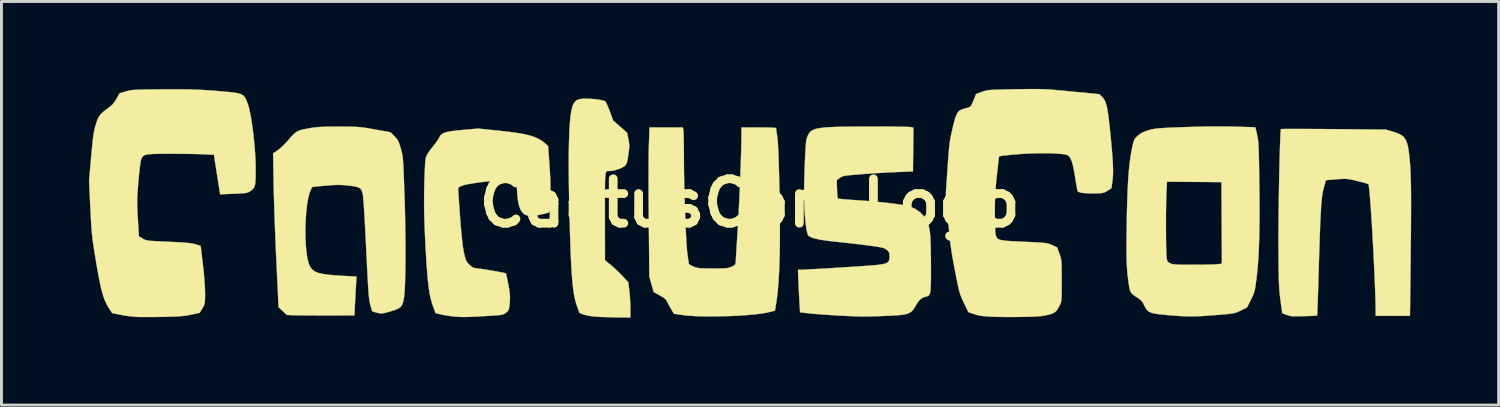
<source format=kicad_pcb>
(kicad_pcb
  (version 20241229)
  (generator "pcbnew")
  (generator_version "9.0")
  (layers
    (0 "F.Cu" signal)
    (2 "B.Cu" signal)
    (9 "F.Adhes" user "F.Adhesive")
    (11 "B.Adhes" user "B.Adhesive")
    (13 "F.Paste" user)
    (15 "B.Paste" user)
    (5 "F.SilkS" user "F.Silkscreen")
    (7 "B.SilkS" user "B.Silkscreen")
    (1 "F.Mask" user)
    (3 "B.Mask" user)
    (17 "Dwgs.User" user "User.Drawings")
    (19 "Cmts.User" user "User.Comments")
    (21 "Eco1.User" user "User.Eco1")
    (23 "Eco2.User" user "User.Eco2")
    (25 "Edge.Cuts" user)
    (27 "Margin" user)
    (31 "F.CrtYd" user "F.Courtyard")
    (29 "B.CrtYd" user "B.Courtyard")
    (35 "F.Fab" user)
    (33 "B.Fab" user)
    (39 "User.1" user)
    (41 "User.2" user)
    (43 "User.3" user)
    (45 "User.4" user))
  (footprint "CactusCon_Logo"
    (layer "F.Cu")
    (at 22.669 3.918)
    (property "Reference" "CactusCon_Logo" (at 0 0 0) (layer "F.SilkS") (effects (font (size 1.524 1.524) (thickness 0.3))))
    (attr through_hole)
    (fp_poly (pts (xy -5.467 -3.579) (xy -5.314 -3.567) (xy -5.17 -3.548) (xy -5.05 -3.525) (xy -4.97 -3.5) (xy -4.963 -3.497) (xy -4.936 -3.462) (xy -4.896 -3.385) (xy -4.849 -3.278) (xy -4.8 -3.152) (xy -4.682 -2.83) (xy -4.443 -2.623) (xy -4.348 -2.54) (xy -4.271 -2.472) (xy -4.221 -2.426) (xy -4.205 -2.411) (xy -4.2 -2.382) (xy -4.186 -2.313) (xy -4.166 -2.215) (xy -4.161 -2.191) (xy -4.142 -2.092) (xy -4.132 -2.009) (xy -4.132 -1.925) (xy -4.141 -1.823) (xy -4.16 -1.685) (xy -4.164 -1.659) (xy -4.185 -1.52) (xy -4.204 -1.424) (xy -4.223 -1.36) (xy -4.248 -1.316) (xy -4.283 -1.28) (xy -4.299 -1.265) (xy -4.381 -1.216) (xy -4.497 -1.168) (xy -4.628 -1.128) (xy -4.75 -1.105) (xy -4.808 -1.101) (xy -4.843 -1.102) (xy -4.872 -1.102) (xy -4.896 -1.096) (xy -4.916 -1.081) (xy -4.931 -1.052) (xy -4.943 -1.005) (xy -4.952 -0.934) (xy -4.959 -0.836) (xy -4.963 -0.707) (xy -4.965 -0.542) (xy -4.966 -0.336) (xy -4.966 -0.086) (xy -4.966 0.213) (xy -4.966 0.448) (xy -4.964 1.961) (xy -4.759 2.128) (xy -4.642 2.229) (xy -4.512 2.351) (xy -4.391 2.472) (xy -4.359 2.506) (xy -4.165 2.718) (xy -4.129 3.003) (xy -4.114 3.161) (xy -4.102 3.346) (xy -4.094 3.527) (xy -4.093 3.605) (xy -4.092 3.923) (xy -4.551 3.919) (xy -4.733 3.916) (xy -4.92 3.911) (xy -5.094 3.905) (xy -5.237 3.898) (xy -5.278 3.895) (xy -5.416 3.88) (xy -5.552 3.858) (xy -5.663 3.832) (xy -5.693 3.823) (xy -5.84 3.769) (xy -5.925 3.529) (xy -5.962 3.413) (xy -5.995 3.287) (xy -6.024 3.145) (xy -6.049 2.983) (xy -6.072 2.796) (xy -6.092 2.579) (xy -6.11 2.329) (xy -6.126 2.04) (xy -6.141 1.707) (xy -6.155 1.327) (xy -6.166 0.96) (xy -6.184 0.309) (xy -6.197 -0.286) (xy -6.205 -0.827) (xy -6.208 -1.314) (xy -6.206 -1.749) (xy -6.198 -2.131) (xy -6.186 -2.463) (xy -6.169 -2.745) (xy -6.146 -2.978) (xy -6.119 -3.163) (xy -6.086 -3.301) (xy -6.064 -3.361) (xy -6.009 -3.459) (xy -5.942 -3.525) (xy -5.851 -3.564) (xy -5.724 -3.581) (xy -5.614 -3.584) (xy -5.467 -3.579)) (stroke (width 0.01) (type solid)) (fill yes) (layer "F.SilkS"))
    (fp_poly (pts (xy -2.275 -2.508) (xy -2.271 -2.458) (xy -2.267 -2.36) (xy -2.263 -2.22) (xy -2.26 -2.048) (xy -2.258 -1.851) (xy -2.257 -1.637) (xy -2.257 -1.57) (xy -2.255 -1.289) (xy -2.252 -0.987) (xy -2.246 -0.672) (xy -2.238 -0.35) (xy -2.229 -0.027) (xy -2.219 0.29) (xy -2.207 0.594) (xy -2.195 0.88) (xy -2.182 1.14) (xy -2.169 1.368) (xy -2.155 1.558) (xy -2.142 1.702) (xy -2.132 1.778) (xy -2.114 1.897) (xy -2.099 1.997) (xy -2.09 2.063) (xy -2.089 2.079) (xy -2.064 2.106) (xy -2.001 2.144) (xy -1.926 2.177) (xy -1.863 2.201) (xy -1.802 2.218) (xy -1.732 2.23) (xy -1.644 2.237) (xy -1.525 2.241) (xy -1.367 2.242) (xy -1.256 2.242) (xy -1.071 2.242) (xy -0.933 2.239) (xy -0.831 2.234) (xy -0.755 2.226) (xy -0.697 2.213) (xy -0.644 2.194) (xy -0.614 2.18) (xy -0.531 2.136) (xy -0.49 2.095) (xy -0.48 2.05) (xy -0.478 2.008) (xy -0.473 1.915) (xy -0.465 1.78) (xy -0.455 1.607) (xy -0.443 1.405) (xy -0.428 1.179) (xy -0.413 0.936) (xy -0.41 0.885) (xy -0.392 0.593) (xy -0.375 0.272) (xy -0.358 -0.07) (xy -0.342 -0.422) (xy -0.327 -0.777) (xy -0.314 -1.124) (xy -0.302 -1.456) (xy -0.293 -1.764) (xy -0.287 -2.038) (xy -0.283 -2.269) (xy -0.282 -2.378) (xy -0.282 -2.596) (xy 0.31 -2.596) (xy 0.486 -2.595) (xy 0.642 -2.593) (xy 0.768 -2.589) (xy 0.857 -2.583) (xy 0.901 -2.577) (xy 0.904 -2.575) (xy 0.908 -2.54) (xy 0.919 -2.462) (xy 0.935 -2.355) (xy 0.946 -2.286) (xy 0.957 -2.192) (xy 0.968 -2.058) (xy 0.978 -1.88) (xy 0.988 -1.657) (xy 0.997 -1.386) (xy 1.006 -1.064) (xy 1.015 -0.69) (xy 1.021 -0.452) (xy 1.032 0.193) (xy 1.036 0.788) (xy 1.035 1.333) (xy 1.027 1.827) (xy 1.013 2.269) (xy 0.992 2.658) (xy 0.966 2.993) (xy 0.933 3.273) (xy 0.93 3.298) (xy 0.909 3.437) (xy 0.89 3.556) (xy 0.875 3.642) (xy 0.866 3.685) (xy 0.865 3.689) (xy 0.835 3.698) (xy 0.763 3.717) (xy 0.661 3.741) (xy 0.604 3.754) (xy 0.424 3.787) (xy 0.197 3.815) (xy -0.066 3.839) (xy -0.355 3.859) (xy -0.661 3.874) (xy -0.973 3.883) (xy -1.282 3.887) (xy -1.576 3.886) (xy -1.848 3.878) (xy -2.085 3.863) (xy -2.279 3.842) (xy -2.597 3.796) (xy -2.696 3.631) (xy -2.754 3.531) (xy -2.805 3.435) (xy -2.834 3.374) (xy -2.87 3.316) (xy -2.934 3.258) (xy -3.035 3.193) (xy -3.083 3.167) (xy -3.293 3.051) (xy -3.368 2.787) (xy -3.443 2.524) (xy -3.461 0.577) (xy -3.464 0.231) (xy -3.466 -0.115) (xy -3.468 -0.453) (xy -3.468 -0.777) (xy -3.468 -1.08) (xy -3.467 -1.355) (xy -3.465 -1.595) (xy -3.463 -1.795) (xy -3.459 -1.947) (xy -3.458 -1.983) (xy -3.437 -2.596) (xy -2.293 -2.596) (xy -2.275 -2.508)) (stroke (width 0.01) (type solid)) (fill yes) (layer "F.SilkS"))
    (fp_poly (pts (xy 18.849 -2.545) (xy 19.09 -2.544) (xy 19.358 -2.543) (xy 19.649 -2.541) (xy 19.959 -2.538) (xy 20.038 -2.538) (xy 21.83 -2.521) (xy 22.082 -2.447) (xy 22.223 -2.399) (xy 22.337 -2.346) (xy 22.425 -2.279) (xy 22.494 -2.193) (xy 22.546 -2.079) (xy 22.585 -1.931) (xy 22.615 -1.743) (xy 22.641 -1.506) (xy 22.647 -1.448) (xy 22.657 -1.325) (xy 22.666 -1.191) (xy 22.673 -1.043) (xy 22.679 -0.879) (xy 22.684 -0.693) (xy 22.687 -0.483) (xy 22.689 -0.244) (xy 22.69 0.027) (xy 22.689 0.334) (xy 22.687 0.68) (xy 22.685 1.07) (xy 22.68 1.506) (xy 22.675 1.994) (xy 22.672 2.279) (xy 22.653 3.866) (xy 21.477 3.866) (xy 21.477 3.783) (xy 21.476 3.609) (xy 21.471 3.398) (xy 21.464 3.157) (xy 21.454 2.891) (xy 21.443 2.604) (xy 21.429 2.303) (xy 21.415 1.991) (xy 21.399 1.674) (xy 21.382 1.358) (xy 21.364 1.047) (xy 21.346 0.747) (xy 21.328 0.463) (xy 21.311 0.199) (xy 21.294 -0.038) (xy 21.277 -0.244) (xy 21.262 -0.414) (xy 21.248 -0.542) (xy 21.236 -0.623) (xy 21.227 -0.652) (xy 21.194 -0.665) (xy 21.118 -0.688) (xy 21.008 -0.718) (xy 20.876 -0.752) (xy 20.856 -0.756) (xy 20.708 -0.792) (xy 20.596 -0.816) (xy 20.501 -0.828) (xy 20.406 -0.832) (xy 20.29 -0.828) (xy 20.14 -0.818) (xy 20.003 -0.807) (xy 19.889 -0.798) (xy 19.809 -0.79) (xy 19.772 -0.785) (xy 19.77 -0.784) (xy 19.761 -0.755) (xy 19.74 -0.684) (xy 19.712 -0.582) (xy 19.691 -0.508) (xy 19.674 -0.438) (xy 19.658 -0.361) (xy 19.644 -0.273) (xy 19.63 -0.17) (xy 19.618 -0.049) (xy 19.606 0.096) (xy 19.596 0.266) (xy 19.585 0.466) (xy 19.574 0.7) (xy 19.564 0.972) (xy 19.553 1.286) (xy 19.541 1.644) (xy 19.529 2.052) (xy 19.516 2.479) (xy 19.508 2.751) (xy 19.5 3.006) (xy 19.493 3.237) (xy 19.486 3.439) (xy 19.479 3.608) (xy 19.474 3.737) (xy 19.47 3.82) (xy 19.467 3.854) (xy 19.467 3.854) (xy 19.435 3.86) (xy 19.359 3.865) (xy 19.25 3.871) (xy 19.12 3.875) (xy 18.981 3.879) (xy 18.845 3.881) (xy 18.724 3.882) (xy 18.63 3.881) (xy 18.575 3.878) (xy 18.57 3.877) (xy 18.498 3.858) (xy 18.407 3.829) (xy 18.385 3.821) (xy 18.271 3.778) (xy 18.209 3.321) (xy 18.195 3.211) (xy 18.183 3.105) (xy 18.173 2.999) (xy 18.165 2.885) (xy 18.159 2.757) (xy 18.153 2.61) (xy 18.15 2.435) (xy 18.147 2.228) (xy 18.144 1.981) (xy 18.143 1.688) (xy 18.141 1.468) (xy 18.141 1.21) (xy 18.142 0.93) (xy 18.144 0.632) (xy 18.147 0.322) (xy 18.151 0.005) (xy 18.156 -0.315) (xy 18.161 -0.632) (xy 18.167 -0.941) (xy 18.174 -1.237) (xy 18.181 -1.516) (xy 18.188 -1.771) (xy 18.195 -1.998) (xy 18.203 -2.193) (xy 18.21 -2.349) (xy 18.217 -2.462) (xy 18.224 -2.526) (xy 18.228 -2.54) (xy 18.259 -2.542) (xy 18.341 -2.544) (xy 18.47 -2.545) (xy 18.641 -2.545) (xy 18.849 -2.545)) (stroke (width 0.01) (type solid)) (fill yes) (layer "F.SilkS"))
    (fp_poly (pts (xy -8.558 -2.479) (xy -8.236 -2.443) (xy -7.963 -2.405) (xy -7.735 -2.365) (xy -7.544 -2.32) (xy -7.384 -2.268) (xy -7.249 -2.208) (xy -7.132 -2.138) (xy -7.027 -2.056) (xy -7.021 -2.05) (xy -6.916 -1.957) (xy -6.868 -1.295) (xy -6.851 -1.03) (xy -6.84 -0.805) (xy -6.835 -0.606) (xy -6.837 -0.416) (xy -6.843 -0.221) (xy -6.847 -0.156) (xy -6.872 0.321) (xy -7.062 0.369) (xy -7.28 0.417) (xy -7.454 0.44) (xy -7.591 0.435) (xy -7.699 0.401) (xy -7.783 0.338) (xy -7.85 0.244) (xy -7.864 0.217) (xy -7.912 0.087) (xy -7.949 -0.09) (xy -7.974 -0.303) (xy -7.986 -0.543) (xy -7.986 -0.6) (xy -7.987 -0.79) (xy -8.319 -0.79) (xy -8.48 -0.786) (xy -8.669 -0.774) (xy -8.875 -0.756) (xy -9.088 -0.734) (xy -9.295 -0.708) (xy -9.488 -0.68) (xy -9.656 -0.651) (xy -9.786 -0.623) (xy -9.864 -0.599) (xy -9.945 -0.564) (xy -9.986 -0.534) (xy -9.999 -0.493) (xy -9.998 -0.433) (xy -9.97 -0.002) (xy -9.944 0.377) (xy -9.919 0.706) (xy -9.895 0.988) (xy -9.871 1.227) (xy -9.848 1.427) (xy -9.824 1.59) (xy -9.8 1.72) (xy -9.787 1.772) (xy -9.754 1.896) (xy -9.72 1.982) (xy -9.678 2.048) (xy -9.619 2.112) (xy -9.614 2.117) (xy -9.542 2.179) (xy -9.478 2.215) (xy -9.398 2.234) (xy -9.314 2.244) (xy -9.236 2.254) (xy -9.125 2.27) (xy -8.992 2.291) (xy -8.849 2.315) (xy -8.706 2.34) (xy -8.574 2.364) (xy -8.465 2.385) (xy -8.391 2.402) (xy -8.361 2.411) (xy -8.353 2.44) (xy -8.337 2.513) (xy -8.314 2.622) (xy -8.288 2.754) (xy -8.282 2.783) (xy -8.249 2.967) (xy -8.23 3.114) (xy -8.223 3.239) (xy -8.227 3.358) (xy -8.227 3.358) (xy -8.239 3.498) (xy -8.252 3.594) (xy -8.27 3.658) (xy -8.298 3.704) (xy -8.34 3.744) (xy -8.366 3.765) (xy -8.406 3.793) (xy -8.448 3.814) (xy -8.5 3.829) (xy -8.574 3.841) (xy -8.679 3.851) (xy -8.825 3.86) (xy -8.924 3.866) (xy -9.176 3.881) (xy -9.379 3.892) (xy -9.541 3.9) (xy -9.672 3.905) (xy -9.777 3.907) (xy -9.867 3.907) (xy -9.948 3.904) (xy -10.028 3.899) (xy -10.117 3.892) (xy -10.118 3.892) (xy -10.265 3.876) (xy -10.417 3.853) (xy -10.548 3.829) (xy -10.589 3.82) (xy -10.777 3.772) (xy -10.861 3.544) (xy -10.903 3.421) (xy -10.94 3.288) (xy -10.972 3.14) (xy -11 2.971) (xy -11.026 2.775) (xy -11.049 2.548) (xy -11.071 2.282) (xy -11.092 1.974) (xy -11.113 1.618) (xy -11.122 1.453) (xy -11.139 1.107) (xy -11.152 0.805) (xy -11.161 0.536) (xy -11.167 0.289) (xy -11.17 0.051) (xy -11.169 -0.189) (xy -11.166 -0.443) (xy -11.164 -0.564) (xy -11.158 -0.79) (xy -11.151 -1.002) (xy -11.142 -1.191) (xy -11.134 -1.349) (xy -11.124 -1.468) (xy -11.116 -1.541) (xy -11.114 -1.55) (xy -11.072 -1.651) (xy -10.992 -1.778) (xy -10.885 -1.918) (xy -10.799 -2.026) (xy -10.725 -2.128) (xy -10.671 -2.21) (xy -10.649 -2.25) (xy -10.615 -2.314) (xy -10.565 -2.365) (xy -10.493 -2.405) (xy -10.392 -2.438) (xy -10.256 -2.465) (xy -10.076 -2.488) (xy -9.848 -2.51) (xy -9.842 -2.511) (xy -9.312 -2.557) (xy -8.558 -2.479)) (stroke (width 0.01) (type solid)) (fill yes) (layer "F.SilkS"))
    (fp_poly (pts (xy 16.595 -2.624) (xy 16.794 -2.618) (xy 16.973 -2.613) (xy 17.126 -2.609) (xy 17.244 -2.605) (xy 17.32 -2.602) (xy 17.347 -2.6) (xy 17.355 -2.573) (xy 17.372 -2.503) (xy 17.395 -2.402) (xy 17.409 -2.335) (xy 17.422 -2.272) (xy 17.434 -2.207) (xy 17.443 -2.135) (xy 17.451 -2.051) (xy 17.457 -1.948) (xy 17.463 -1.822) (xy 17.468 -1.667) (xy 17.472 -1.478) (xy 17.476 -1.249) (xy 17.48 -0.974) (xy 17.484 -0.65) (xy 17.485 -0.621) (xy 17.49 -0.09) (xy 17.491 0.39) (xy 17.487 0.822) (xy 17.48 1.212) (xy 17.468 1.565) (xy 17.451 1.885) (xy 17.43 2.177) (xy 17.404 2.446) (xy 17.384 2.611) (xy 17.361 2.783) (xy 17.341 2.912) (xy 17.321 3.012) (xy 17.296 3.095) (xy 17.264 3.175) (xy 17.221 3.266) (xy 17.194 3.32) (xy 17.062 3.578) (xy 16.849 3.684) (xy 16.78 3.717) (xy 16.721 3.743) (xy 16.662 3.764) (xy 16.594 3.78) (xy 16.509 3.794) (xy 16.397 3.806) (xy 16.25 3.82) (xy 16.058 3.835) (xy 15.988 3.841) (xy 15.721 3.861) (xy 15.497 3.876) (xy 15.302 3.884) (xy 15.122 3.887) (xy 14.944 3.883) (xy 14.753 3.874) (xy 14.537 3.858) (xy 14.337 3.841) (xy 14.124 3.821) (xy 13.958 3.801) (xy 13.833 3.777) (xy 13.74 3.747) (xy 13.671 3.705) (xy 13.618 3.65) (xy 13.572 3.578) (xy 13.535 3.505) (xy 13.484 3.409) (xy 13.428 3.339) (xy 13.351 3.277) (xy 13.277 3.229) (xy 13.159 3.148) (xy 13.086 3.074) (xy 13.055 3.02) (xy 13.038 2.959) (xy 13.018 2.853) (xy 12.997 2.715) (xy 12.976 2.557) (xy 12.965 2.455) (xy 12.953 2.33) (xy 12.944 2.208) (xy 12.936 2.081) (xy 12.931 1.942) (xy 12.928 1.784) (xy 12.927 1.601) (xy 12.928 1.384) (xy 12.93 1.126) (xy 12.934 0.821) (xy 12.935 0.776) (xy 14.281 0.776) (xy 14.282 1.013) (xy 14.283 1.237) (xy 14.286 1.439) (xy 14.29 1.61) (xy 14.294 1.741) (xy 14.299 1.815) (xy 14.31 1.917) (xy 14.325 1.98) (xy 14.352 2.019) (xy 14.398 2.049) (xy 14.419 2.06) (xy 14.456 2.078) (xy 14.5 2.091) (xy 14.557 2.101) (xy 14.637 2.107) (xy 14.746 2.112) (xy 14.893 2.114) (xy 15.084 2.115) (xy 15.186 2.115) (xy 15.386 2.115) (xy 15.578 2.113) (xy 15.75 2.11) (xy 15.893 2.106) (xy 15.995 2.101) (xy 16.026 2.099) (xy 16.2 2.08) (xy 16.193 0.68) (xy 16.185 -0.72) (xy 14.317 -0.735) (xy 14.299 -0.417) (xy 14.294 -0.29) (xy 14.289 -0.122) (xy 14.286 0.077) (xy 14.283 0.3) (xy 14.282 0.536) (xy 14.281 0.776) (xy 12.935 0.776) (xy 12.935 0.748) (xy 12.943 0.288) (xy 12.954 -0.119) (xy 12.968 -0.481) (xy 12.985 -0.801) (xy 13.006 -1.085) (xy 13.031 -1.337) (xy 13.061 -1.563) (xy 13.095 -1.767) (xy 13.111 -1.849) (xy 13.14 -1.991) (xy 13.165 -2.091) (xy 13.189 -2.16) (xy 13.218 -2.211) (xy 13.257 -2.257) (xy 13.308 -2.306) (xy 13.396 -2.377) (xy 13.495 -2.432) (xy 13.622 -2.481) (xy 13.673 -2.497) (xy 13.74 -2.516) (xy 13.805 -2.532) (xy 13.875 -2.546) (xy 13.958 -2.557) (xy 14.059 -2.567) (xy 14.186 -2.575) (xy 14.346 -2.584) (xy 14.547 -2.593) (xy 14.795 -2.603) (xy 14.878 -2.606) (xy 15.363 -2.621) (xy 15.831 -2.629) (xy 16.269 -2.629) (xy 16.595 -2.624)) (stroke (width 0.01) (type solid)) (fill yes) (layer "F.SilkS"))
    (fp_poly (pts (xy -13.869 -2.624) (xy -13.692 -2.622) (xy -13.548 -2.618) (xy -13.424 -2.611) (xy -13.308 -2.6) (xy -13.188 -2.584) (xy -13.052 -2.561) (xy -12.888 -2.532) (xy -12.856 -2.526) (xy -12.321 -2.429) (xy -12.187 -2.294) (xy -12.123 -2.225) (xy -12.076 -2.161) (xy -12.038 -2.085) (xy -12.002 -1.981) (xy -11.971 -1.877) (xy -11.952 -1.811) (xy -11.936 -1.75) (xy -11.923 -1.689) (xy -11.911 -1.622) (xy -11.901 -1.544) (xy -11.893 -1.449) (xy -11.885 -1.33) (xy -11.877 -1.182) (xy -11.869 -1) (xy -11.861 -0.778) (xy -11.851 -0.51) (xy -11.842 -0.254) (xy -11.83 0.115) (xy -11.821 0.488) (xy -11.815 0.862) (xy -11.81 1.23) (xy -11.809 1.585) (xy -11.809 1.924) (xy -11.812 2.238) (xy -11.818 2.524) (xy -11.825 2.775) (xy -11.835 2.985) (xy -11.848 3.149) (xy -11.858 3.238) (xy -11.885 3.381) (xy -11.921 3.485) (xy -11.975 3.562) (xy -12.058 3.62) (xy -12.179 3.67) (xy -12.322 3.714) (xy -12.457 3.752) (xy -12.552 3.775) (xy -12.621 3.785) (xy -12.68 3.783) (xy -12.742 3.771) (xy -12.784 3.761) (xy -12.87 3.737) (xy -12.931 3.719) (xy -12.949 3.711) (xy -12.96 3.682) (xy -12.981 3.611) (xy -13.008 3.515) (xy -13.013 3.495) (xy -13.025 3.45) (xy -13.035 3.404) (xy -13.044 3.353) (xy -13.053 3.293) (xy -13.061 3.219) (xy -13.07 3.128) (xy -13.079 3.015) (xy -13.088 2.877) (xy -13.098 2.709) (xy -13.109 2.506) (xy -13.122 2.265) (xy -13.136 1.982) (xy -13.152 1.653) (xy -13.171 1.272) (xy -13.179 1.115) (xy -13.192 0.854) (xy -13.205 0.603) (xy -13.219 0.371) (xy -13.232 0.163) (xy -13.244 -0.012) (xy -13.255 -0.147) (xy -13.264 -0.237) (xy -13.266 -0.258) (xy -13.288 -0.369) (xy -13.318 -0.45) (xy -13.364 -0.507) (xy -13.436 -0.545) (xy -13.544 -0.572) (xy -13.695 -0.594) (xy -13.756 -0.601) (xy -13.905 -0.616) (xy -14.036 -0.624) (xy -14.167 -0.625) (xy -14.316 -0.618) (xy -14.499 -0.604) (xy -14.531 -0.601) (xy -14.685 -0.587) (xy -14.819 -0.574) (xy -14.924 -0.563) (xy -14.989 -0.554) (xy -15.004 -0.552) (xy -15.027 -0.521) (xy -15.06 -0.45) (xy -15.097 -0.352) (xy -15.108 -0.32) (xy -15.152 -0.144) (xy -15.188 0.076) (xy -15.215 0.328) (xy -15.233 0.602) (xy -15.242 0.885) (xy -15.241 1.167) (xy -15.229 1.435) (xy -15.207 1.678) (xy -15.181 1.849) (xy -15.15 1.993) (xy -15.113 2.113) (xy -15.064 2.21) (xy -14.999 2.288) (xy -14.91 2.349) (xy -14.794 2.396) (xy -14.645 2.431) (xy -14.456 2.457) (xy -14.223 2.478) (xy -13.94 2.495) (xy -13.877 2.499) (xy -13.488 2.519) (xy -13.506 2.819) (xy -13.515 2.973) (xy -13.525 3.158) (xy -13.535 3.348) (xy -13.542 3.485) (xy -13.561 3.852) (xy -14.492 3.854) (xy -14.728 3.854) (xy -14.956 3.853) (xy -15.168 3.852) (xy -15.355 3.851) (xy -15.507 3.849) (xy -15.617 3.847) (xy -15.652 3.846) (xy -15.88 3.836) (xy -16.021 3.703) (xy -16.162 3.57) (xy -16.237 1.99) (xy -16.253 1.652) (xy -16.268 1.295) (xy -16.282 0.93) (xy -16.296 0.567) (xy -16.308 0.218) (xy -16.318 -0.107) (xy -16.326 -0.398) (xy -16.331 -0.643) (xy -16.331 -0.649) (xy -16.349 -1.708) (xy -16.195 -1.81) (xy -16.108 -1.878) (xy -16.003 -1.975) (xy -15.898 -2.084) (xy -15.853 -2.134) (xy -15.738 -2.268) (xy -15.645 -2.365) (xy -15.562 -2.434) (xy -15.475 -2.481) (xy -15.371 -2.516) (xy -15.237 -2.545) (xy -15.134 -2.564) (xy -15.011 -2.584) (xy -14.895 -2.599) (xy -14.775 -2.61) (xy -14.639 -2.618) (xy -14.477 -2.622) (xy -14.279 -2.624) (xy -14.09 -2.624) (xy -13.869 -2.624)) (stroke (width 0.01) (type solid)) (fill yes) (layer "F.SilkS"))
    (fp_poly (pts (xy -19.523 -3.903) (xy -19.295 -3.901) (xy -19.091 -3.896) (xy -18.901 -3.89) (xy -18.714 -3.88) (xy -18.52 -3.867) (xy -18.306 -3.85) (xy -18.25 -3.845) (xy -18.003 -3.824) (xy -17.806 -3.806) (xy -17.652 -3.786) (xy -17.534 -3.764) (xy -17.446 -3.735) (xy -17.381 -3.697) (xy -17.332 -3.647) (xy -17.292 -3.583) (xy -17.256 -3.501) (xy -17.222 -3.415) (xy -17.182 -3.288) (xy -17.142 -3.113) (xy -17.102 -2.9) (xy -17.065 -2.659) (xy -17.031 -2.399) (xy -17.002 -2.128) (xy -16.977 -1.856) (xy -16.96 -1.592) (xy -16.95 -1.346) (xy -16.949 -1.228) (xy -16.949 -1.011) (xy -16.952 -0.844) (xy -16.959 -0.717) (xy -16.972 -0.623) (xy -16.993 -0.555) (xy -17.023 -0.504) (xy -17.064 -0.463) (xy -17.115 -0.425) (xy -17.162 -0.393) (xy -17.206 -0.37) (xy -17.256 -0.354) (xy -17.323 -0.343) (xy -17.417 -0.335) (xy -17.548 -0.328) (xy -17.702 -0.321) (xy -18.166 -0.302) (xy -18.257 -0.878) (xy -18.286 -1.058) (xy -18.312 -1.226) (xy -18.335 -1.37) (xy -18.352 -1.481) (xy -18.362 -1.549) (xy -18.363 -1.555) (xy -18.379 -1.657) (xy -18.719 -1.675) (xy -18.84 -1.68) (xy -19.006 -1.684) (xy -19.206 -1.688) (xy -19.426 -1.691) (xy -19.656 -1.693) (xy -19.86 -1.693) (xy -20.114 -1.693) (xy -20.317 -1.691) (xy -20.476 -1.686) (xy -20.597 -1.678) (xy -20.688 -1.665) (xy -20.752 -1.647) (xy -20.798 -1.621) (xy -20.832 -1.588) (xy -20.858 -1.546) (xy -20.869 -1.528) (xy -20.886 -1.468) (xy -20.906 -1.355) (xy -20.927 -1.191) (xy -20.95 -0.98) (xy -20.969 -0.773) (xy -20.987 -0.549) (xy -21.001 -0.367) (xy -21.01 -0.213) (xy -21.013 -0.072) (xy -21.012 0.069) (xy -21.007 0.226) (xy -20.997 0.412) (xy -20.991 0.52) (xy -20.955 1.138) (xy -20.828 1.216) (xy -20.789 1.239) (xy -20.751 1.257) (xy -20.707 1.271) (xy -20.65 1.283) (xy -20.573 1.292) (xy -20.468 1.3) (xy -20.327 1.308) (xy -20.144 1.317) (xy -19.939 1.326) (xy -19.692 1.338) (xy -19.494 1.349) (xy -19.338 1.36) (xy -19.217 1.373) (xy -19.122 1.386) (xy -19.047 1.402) (xy -19.006 1.414) (xy -18.835 1.468) (xy -18.759 2.11) (xy -18.728 2.39) (xy -18.705 2.651) (xy -18.69 2.884) (xy -18.684 3.075) (xy -18.684 3.104) (xy -18.685 3.252) (xy -18.689 3.357) (xy -18.697 3.431) (xy -18.713 3.49) (xy -18.739 3.546) (xy -18.777 3.611) (xy -18.868 3.764) (xy -19.161 3.826) (xy -19.277 3.849) (xy -19.393 3.866) (xy -19.521 3.879) (xy -19.673 3.889) (xy -19.859 3.896) (xy -20.09 3.902) (xy -20.092 3.902) (xy -20.296 3.905) (xy -20.499 3.907) (xy -20.689 3.908) (xy -20.851 3.908) (xy -20.974 3.906) (xy -20.997 3.905) (xy -21.148 3.894) (xy -21.324 3.874) (xy -21.497 3.847) (xy -21.568 3.834) (xy -21.871 3.773) (xy -21.985 3.599) (xy -22.046 3.497) (xy -22.101 3.388) (xy -22.15 3.266) (xy -22.197 3.123) (xy -22.242 2.955) (xy -22.287 2.753) (xy -22.335 2.513) (xy -22.386 2.226) (xy -22.422 2.018) (xy -22.464 1.765) (xy -22.498 1.554) (xy -22.525 1.374) (xy -22.547 1.211) (xy -22.564 1.056) (xy -22.578 0.895) (xy -22.59 0.716) (xy -22.602 0.509) (xy -22.614 0.261) (xy -22.619 0.174) (xy -22.664 -0.766) (xy -22.591 -1.59) (xy -22.568 -1.84) (xy -22.548 -2.043) (xy -22.53 -2.207) (xy -22.512 -2.34) (xy -22.493 -2.45) (xy -22.473 -2.547) (xy -22.449 -2.638) (xy -22.432 -2.695) (xy -22.388 -2.832) (xy -22.342 -2.937) (xy -22.285 -3.025) (xy -22.207 -3.106) (xy -22.1 -3.194) (xy -21.971 -3.287) (xy -21.855 -3.389) (xy -21.755 -3.523) (xy -21.723 -3.577) (xy -21.616 -3.768) (xy -21.398 -3.832) (xy -21.34 -3.848) (xy -21.284 -3.861) (xy -21.224 -3.872) (xy -21.154 -3.88) (xy -21.066 -3.887) (xy -20.954 -3.892) (xy -20.813 -3.895) (xy -20.636 -3.898) (xy -20.416 -3.9) (xy -20.147 -3.902) (xy -20.094 -3.902) (xy -19.786 -3.903) (xy -19.523 -3.903)) (stroke (width 0.01) (type solid)) (fill yes) (layer "F.SilkS"))
    (fp_poly (pts (xy 4.416 -2.627) (xy 4.667 -2.626) (xy 4.897 -2.625) (xy 5.1 -2.622) (xy 5.27 -2.619) (xy 5.401 -2.616) (xy 5.485 -2.612) (xy 5.514 -2.609) (xy 5.617 -2.59) (xy 5.61 -1.838) (xy 5.602 -1.087) (xy 5.038 -1.065) (xy 4.826 -1.056) (xy 4.578 -1.042) (xy 4.316 -1.026) (xy 4.058 -1.009) (xy 3.833 -0.992) (xy 3.626 -0.975) (xy 3.468 -0.961) (xy 3.35 -0.949) (xy 3.265 -0.937) (xy 3.204 -0.923) (xy 3.16 -0.907) (xy 3.124 -0.887) (xy 3.089 -0.862) (xy 2.986 -0.783) (xy 2.996 -0.478) (xy 3.002 -0.352) (xy 3.009 -0.249) (xy 3.017 -0.179) (xy 3.023 -0.156) (xy 3.055 -0.15) (xy 3.135 -0.141) (xy 3.255 -0.13) (xy 3.406 -0.118) (xy 3.581 -0.105) (xy 3.675 -0.099) (xy 3.993 -0.077) (xy 4.3 -0.051) (xy 4.588 -0.023) (xy 4.852 0.007) (xy 5.084 0.038) (xy 5.278 0.068) (xy 5.425 0.098) (xy 5.489 0.115) (xy 5.676 0.196) (xy 5.846 0.314) (xy 5.983 0.456) (xy 6.029 0.525) (xy 6.074 0.609) (xy 6.112 0.694) (xy 6.143 0.786) (xy 6.166 0.892) (xy 6.185 1.019) (xy 6.198 1.172) (xy 6.207 1.359) (xy 6.213 1.585) (xy 6.217 1.857) (xy 6.218 2.046) (xy 6.219 2.328) (xy 6.219 2.558) (xy 6.216 2.743) (xy 6.211 2.887) (xy 6.202 2.996) (xy 6.189 3.075) (xy 6.17 3.13) (xy 6.146 3.166) (xy 6.115 3.188) (xy 6.076 3.201) (xy 6.058 3.205) (xy 5.952 3.236) (xy 5.869 3.286) (xy 5.795 3.364) (xy 5.717 3.482) (xy 5.701 3.51) (xy 5.644 3.605) (xy 5.589 3.679) (xy 5.527 3.737) (xy 5.453 3.779) (xy 5.356 3.81) (xy 5.231 3.832) (xy 5.07 3.848) (xy 4.864 3.86) (xy 4.713 3.867) (xy 4.447 3.878) (xy 4.215 3.885) (xy 4.004 3.888) (xy 3.8 3.888) (xy 3.589 3.882) (xy 3.356 3.873) (xy 3.088 3.859) (xy 2.949 3.851) (xy 2.745 3.838) (xy 2.538 3.824) (xy 2.342 3.809) (xy 2.173 3.795) (xy 2.044 3.783) (xy 2.029 3.781) (xy 1.729 3.747) (xy 1.712 3.461) (xy 1.704 3.326) (xy 1.695 3.153) (xy 1.686 2.964) (xy 1.678 2.778) (xy 1.675 2.731) (xy 1.657 2.286) (xy 1.767 2.286) (xy 1.834 2.284) (xy 1.951 2.278) (xy 2.109 2.27) (xy 2.301 2.259) (xy 2.52 2.247) (xy 2.758 2.233) (xy 3.008 2.217) (xy 3.263 2.201) (xy 3.514 2.185) (xy 3.756 2.169) (xy 3.909 2.159) (xy 4.156 2.141) (xy 4.353 2.124) (xy 4.504 2.105) (xy 4.617 2.083) (xy 4.697 2.055) (xy 4.749 2.02) (xy 4.779 1.974) (xy 4.793 1.915) (xy 4.798 1.842) (xy 4.798 1.815) (xy 4.793 1.727) (xy 4.77 1.669) (xy 4.718 1.616) (xy 4.7 1.601) (xy 4.661 1.573) (xy 4.618 1.55) (xy 4.56 1.531) (xy 4.481 1.513) (xy 4.37 1.494) (xy 4.218 1.472) (xy 4.072 1.453) (xy 3.862 1.426) (xy 3.618 1.397) (xy 3.362 1.368) (xy 3.117 1.341) (xy 2.963 1.325) (xy 2.669 1.292) (xy 2.429 1.256) (xy 2.242 1.216) (xy 2.108 1.173) (xy 2.024 1.126) (xy 2.014 1.117) (xy 1.988 1.065) (xy 1.962 0.964) (xy 1.938 0.822) (xy 1.915 0.646) (xy 1.896 0.443) (xy 1.881 0.222) (xy 1.874 0.067) (xy 1.869 -0.127) (xy 1.868 -0.364) (xy 1.871 -0.631) (xy 1.877 -0.915) (xy 1.886 -1.202) (xy 1.89 -1.302) (xy 1.9 -1.547) (xy 1.909 -1.743) (xy 1.918 -1.896) (xy 1.927 -2.014) (xy 1.936 -2.104) (xy 1.947 -2.172) (xy 1.96 -2.226) (xy 1.977 -2.273) (xy 1.991 -2.308) (xy 2.022 -2.368) (xy 2.058 -2.421) (xy 2.103 -2.466) (xy 2.162 -2.504) (xy 2.238 -2.535) (xy 2.337 -2.561) (xy 2.461 -2.581) (xy 2.616 -2.597) (xy 2.804 -2.608) (xy 3.031 -2.617) (xy 3.301 -2.622) (xy 3.617 -2.625) (xy 3.983 -2.627) (xy 4.151 -2.627) (xy 4.416 -2.627)) (stroke (width 0.01) (type solid)) (fill yes) (layer "F.SilkS"))
    (fp_poly (pts (xy 9.957 -3.911) (xy 10.109 -3.906) (xy 10.263 -3.898) (xy 10.43 -3.886) (xy 10.621 -3.869) (xy 10.848 -3.848) (xy 11.043 -3.829) (xy 11.996 -3.736) (xy 12.085 -3.648) (xy 12.133 -3.594) (xy 12.174 -3.534) (xy 12.208 -3.462) (xy 12.238 -3.37) (xy 12.265 -3.253) (xy 12.29 -3.103) (xy 12.315 -2.913) (xy 12.342 -2.679) (xy 12.36 -2.512) (xy 12.396 -2.154) (xy 12.424 -1.846) (xy 12.445 -1.583) (xy 12.459 -1.36) (xy 12.465 -1.171) (xy 12.465 -1.011) (xy 12.458 -0.874) (xy 12.445 -0.755) (xy 12.444 -0.746) (xy 12.409 -0.508) (xy 12.278 -0.424) (xy 12.214 -0.386) (xy 12.156 -0.361) (xy 12.089 -0.346) (xy 11.996 -0.338) (xy 11.863 -0.334) (xy 11.852 -0.333) (xy 11.651 -0.333) (xy 11.484 -0.343) (xy 11.357 -0.36) (xy 11.277 -0.386) (xy 11.25 -0.411) (xy 11.241 -0.451) (xy 11.224 -0.536) (xy 11.203 -0.657) (xy 11.179 -0.803) (xy 11.162 -0.909) (xy 11.123 -1.136) (xy 11.085 -1.313) (xy 11.046 -1.446) (xy 11.003 -1.542) (xy 10.955 -1.607) (xy 10.902 -1.646) (xy 10.825 -1.669) (xy 10.7 -1.687) (xy 10.534 -1.7) (xy 10.335 -1.709) (xy 10.11 -1.712) (xy 9.866 -1.709) (xy 9.613 -1.702) (xy 9.356 -1.689) (xy 9.185 -1.676) (xy 8.971 -1.658) (xy 8.797 -1.64) (xy 8.666 -1.624) (xy 8.583 -1.609) (xy 8.551 -1.597) (xy 8.551 -1.596) (xy 8.548 -1.56) (xy 8.539 -1.477) (xy 8.525 -1.355) (xy 8.508 -1.203) (xy 8.489 -1.029) (xy 8.481 -0.96) (xy 8.454 -0.706) (xy 8.434 -0.478) (xy 8.421 -0.257) (xy 8.414 -0.022) (xy 8.411 0.244) (xy 8.411 0.321) (xy 8.412 0.556) (xy 8.416 0.757) (xy 8.422 0.918) (xy 8.431 1.035) (xy 8.442 1.1) (xy 8.459 1.151) (xy 8.481 1.193) (xy 8.514 1.225) (xy 8.565 1.251) (xy 8.638 1.27) (xy 8.74 1.286) (xy 8.878 1.299) (xy 9.057 1.31) (xy 9.284 1.321) (xy 9.41 1.326) (xy 9.642 1.337) (xy 9.826 1.346) (xy 9.968 1.355) (xy 10.077 1.363) (xy 10.16 1.374) (xy 10.224 1.386) (xy 10.278 1.401) (xy 10.328 1.42) (xy 10.373 1.44) (xy 10.547 1.518) (xy 10.626 1.734) (xy 10.65 1.801) (xy 10.669 1.86) (xy 10.683 1.92) (xy 10.692 1.988) (xy 10.699 2.073) (xy 10.702 2.183) (xy 10.704 2.328) (xy 10.705 2.515) (xy 10.705 2.661) (xy 10.705 2.88) (xy 10.704 3.05) (xy 10.702 3.179) (xy 10.698 3.275) (xy 10.692 3.346) (xy 10.681 3.399) (xy 10.667 3.442) (xy 10.648 3.484) (xy 10.633 3.514) (xy 10.568 3.633) (xy 10.506 3.713) (xy 10.432 3.766) (xy 10.329 3.806) (xy 10.231 3.833) (xy 10.14 3.854) (xy 10.042 3.87) (xy 9.928 3.882) (xy 9.787 3.891) (xy 9.61 3.897) (xy 9.387 3.903) (xy 9.384 3.903) (xy 9.167 3.906) (xy 8.938 3.907) (xy 8.712 3.906) (xy 8.508 3.903) (xy 8.343 3.898) (xy 8.34 3.898) (xy 8.154 3.888) (xy 8.011 3.876) (xy 7.896 3.86) (xy 7.795 3.837) (xy 7.708 3.81) (xy 7.501 3.74) (xy 7.346 3.415) (xy 7.301 3.318) (xy 7.263 3.233) (xy 7.232 3.152) (xy 7.204 3.065) (xy 7.177 2.966) (xy 7.148 2.843) (xy 7.116 2.69) (xy 7.078 2.498) (xy 7.04 2.3) (xy 6.994 2.059) (xy 6.957 1.85) (xy 6.926 1.661) (xy 6.899 1.478) (xy 6.876 1.288) (xy 6.854 1.08) (xy 6.831 0.839) (xy 6.809 0.581) (xy 6.731 -0.347) (xy 6.791 -1.225) (xy 6.808 -1.48) (xy 6.824 -1.688) (xy 6.839 -1.859) (xy 6.854 -2.001) (xy 6.87 -2.126) (xy 6.89 -2.242) (xy 6.913 -2.358) (xy 6.941 -2.485) (xy 6.959 -2.561) (xy 7.009 -2.766) (xy 7.054 -2.922) (xy 7.098 -3.037) (xy 7.146 -3.119) (xy 7.202 -3.175) (xy 7.272 -3.212) (xy 7.358 -3.238) (xy 7.374 -3.242) (xy 7.468 -3.267) (xy 7.541 -3.295) (xy 7.569 -3.31) (xy 7.599 -3.352) (xy 7.639 -3.431) (xy 7.683 -3.531) (xy 7.688 -3.543) (xy 7.766 -3.742) (xy 7.968 -3.816) (xy 8.024 -3.836) (xy 8.076 -3.851) (xy 8.13 -3.864) (xy 8.194 -3.874) (xy 8.275 -3.882) (xy 8.378 -3.888) (xy 8.512 -3.893) (xy 8.682 -3.897) (xy 8.896 -3.901) (xy 9.13 -3.906) (xy 9.392 -3.91) (xy 9.61 -3.913) (xy 9.794 -3.913) (xy 9.957 -3.911)) (stroke (width 0.01) (type solid)) (fill yes) (layer "F.SilkS")))
  (gr_rect
    (start -3 -3)
    (end 48.364 10.846)
    (stroke (width 0.1) (type default))
    (fill no)
    (layer "Edge.Cuts")))
</source>
